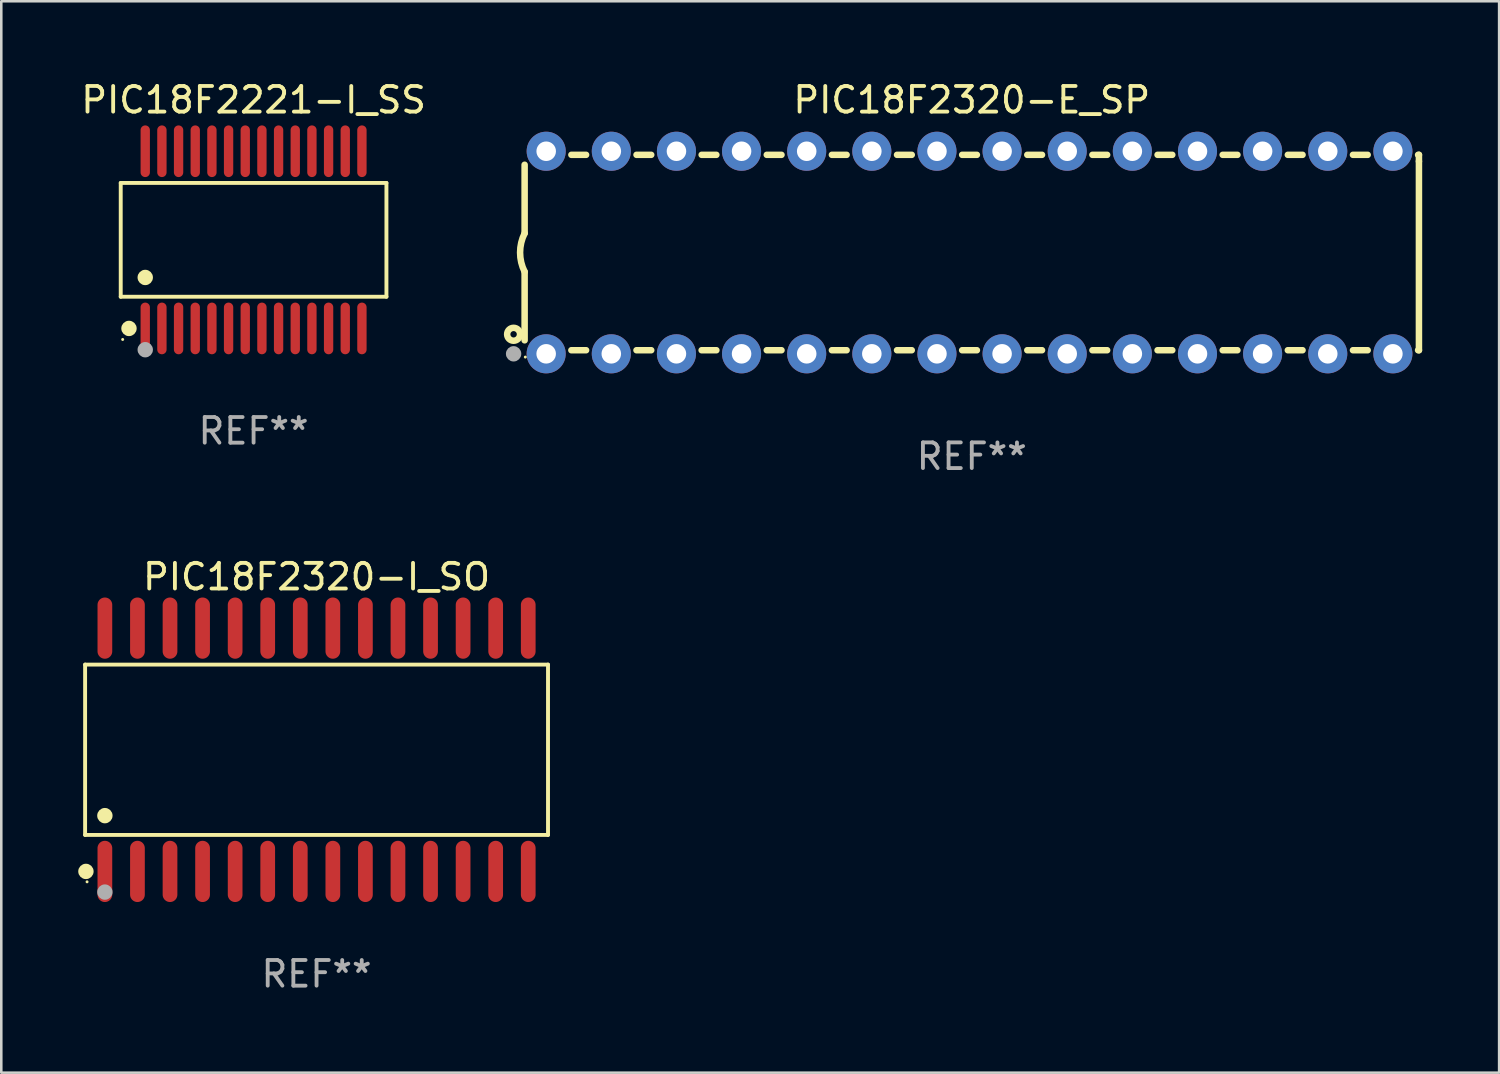
<source format=kicad_pcb>
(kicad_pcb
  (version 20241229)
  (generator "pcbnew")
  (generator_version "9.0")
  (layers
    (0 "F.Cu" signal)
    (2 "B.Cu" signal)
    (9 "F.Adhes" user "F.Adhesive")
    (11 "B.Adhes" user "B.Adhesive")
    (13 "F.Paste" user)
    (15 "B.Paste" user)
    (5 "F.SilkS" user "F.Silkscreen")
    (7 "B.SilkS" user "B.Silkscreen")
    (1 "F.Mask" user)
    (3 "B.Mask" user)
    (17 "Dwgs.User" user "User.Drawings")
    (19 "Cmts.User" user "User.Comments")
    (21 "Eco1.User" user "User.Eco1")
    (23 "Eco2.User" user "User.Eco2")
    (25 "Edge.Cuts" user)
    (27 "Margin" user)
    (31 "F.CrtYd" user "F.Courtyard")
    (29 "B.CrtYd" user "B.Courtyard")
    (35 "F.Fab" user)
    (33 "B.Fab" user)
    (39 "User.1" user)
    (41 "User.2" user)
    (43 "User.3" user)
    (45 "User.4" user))
  (footprint "PIC18F2221-I_SS"
    (layer "F.Cu")
    (at 6.839 6.303)
    (property "Reference" "PIC18F2221-I_SS" (at 0 -5.455 0) (layer "F.SilkS") (effects (font (size 1 1) (thickness 0.15))))
    (attr through_hole)
    (fp_line (start -5.181 -2.219) (end 5.181 -2.219) (stroke (width 0.152) (type solid)) (layer "F.SilkS"))
    (fp_line (start -5.181 2.219) (end -5.181 -2.219) (stroke (width 0.152) (type solid)) (layer "F.SilkS"))
    (fp_line (start 5.181 -2.219) (end 5.181 2.219) (stroke (width 0.152) (type solid)) (layer "F.SilkS"))
    (fp_line (start 5.181 2.219) (end -5.181 2.219) (stroke (width 0.152) (type solid)) (layer "F.SilkS"))
    (fp_circle (center -5.105 3.885) (end -5.075 3.885) (stroke (width 0.06) (type solid)) (fill no) (layer "F.SilkS"))
    (fp_circle (center -4.859 3.455) (end -4.709 3.455) (stroke (width 0.3) (type solid)) (fill no) (layer "F.SilkS"))
    (fp_circle (center -4.225 1.467) (end -4.075 1.467) (stroke (width 0.3) (type solid)) (fill no) (layer "F.SilkS"))
    (fp_circle (center -4.225 4.285) (end -4.075 4.285) (stroke (width 0.3) (type solid)) (fill no) (layer "F.Fab"))
    (fp_text user "REF**" (at 0 7.455 0) (layer "F.Fab") (effects (font (size 1 1) (thickness 0.15))))
    (pad "1" smd oval (at -4.225 3.455) (size 0.364 2.015) (layers "F.Cu" "F.Mask" "F.Paste"))
    (pad "2" smd oval (at -3.575 3.455) (size 0.364 2.015) (layers "F.Cu" "F.Mask" "F.Paste"))
    (pad "3" smd oval (at -2.925 3.455) (size 0.364 2.015) (layers "F.Cu" "F.Mask" "F.Paste"))
    (pad "4" smd oval (at -2.275 3.455) (size 0.364 2.015) (layers "F.Cu" "F.Mask" "F.Paste"))
    (pad "5" smd oval (at -1.625 3.455) (size 0.364 2.015) (layers "F.Cu" "F.Mask" "F.Paste"))
    (pad "6" smd oval (at -0.975 3.455) (size 0.364 2.015) (layers "F.Cu" "F.Mask" "F.Paste"))
    (pad "7" smd oval (at -0.325 3.455) (size 0.364 2.015) (layers "F.Cu" "F.Mask" "F.Paste"))
    (pad "8" smd oval (at 0.325 3.455) (size 0.364 2.015) (layers "F.Cu" "F.Mask" "F.Paste"))
    (pad "9" smd oval (at 0.975 3.455) (size 0.364 2.015) (layers "F.Cu" "F.Mask" "F.Paste"))
    (pad "10" smd oval (at 1.625 3.455) (size 0.364 2.015) (layers "F.Cu" "F.Mask" "F.Paste"))
    (pad "11" smd oval (at 2.275 3.455) (size 0.364 2.015) (layers "F.Cu" "F.Mask" "F.Paste"))
    (pad "12" smd oval (at 2.925 3.455) (size 0.364 2.015) (layers "F.Cu" "F.Mask" "F.Paste"))
    (pad "13" smd oval (at 3.575 3.455) (size 0.364 2.015) (layers "F.Cu" "F.Mask" "F.Paste"))
    (pad "14" smd oval (at 4.225 3.455) (size 0.364 2.015) (layers "F.Cu" "F.Mask" "F.Paste"))
    (pad "15" smd oval (at 4.225 -3.455) (size 0.364 2.015) (layers "F.Cu" "F.Mask" "F.Paste"))
    (pad "16" smd oval (at 3.575 -3.455) (size 0.364 2.015) (layers "F.Cu" "F.Mask" "F.Paste"))
    (pad "17" smd oval (at 2.925 -3.455) (size 0.364 2.015) (layers "F.Cu" "F.Mask" "F.Paste"))
    (pad "18" smd oval (at 2.275 -3.455) (size 0.364 2.015) (layers "F.Cu" "F.Mask" "F.Paste"))
    (pad "19" smd oval (at 1.625 -3.455) (size 0.364 2.015) (layers "F.Cu" "F.Mask" "F.Paste"))
    (pad "20" smd oval (at 0.975 -3.455) (size 0.364 2.015) (layers "F.Cu" "F.Mask" "F.Paste"))
    (pad "21" smd oval (at 0.325 -3.455) (size 0.364 2.015) (layers "F.Cu" "F.Mask" "F.Paste"))
    (pad "22" smd oval (at -0.325 -3.455) (size 0.364 2.015) (layers "F.Cu" "F.Mask" "F.Paste"))
    (pad "23" smd oval (at -0.975 -3.455) (size 0.364 2.015) (layers "F.Cu" "F.Mask" "F.Paste"))
    (pad "24" smd oval (at -1.625 -3.455) (size 0.364 2.015) (layers "F.Cu" "F.Mask" "F.Paste"))
    (pad "25" smd oval (at -2.275 -3.455) (size 0.364 2.015) (layers "F.Cu" "F.Mask" "F.Paste"))
    (pad "26" smd oval (at -2.925 -3.455) (size 0.364 2.015) (layers "F.Cu" "F.Mask" "F.Paste"))
    (pad "27" smd oval (at -3.575 -3.455) (size 0.364 2.015) (layers "F.Cu" "F.Mask" "F.Paste"))
    (pad "28" smd oval (at -4.225 -3.455) (size 0.364 2.015) (layers "F.Cu" "F.Mask" "F.Paste")))
  (footprint "PIC18F2320-E_SP"
    (layer "F.Cu")
    (at 34.847 6.798)
    (property "Reference" "PIC18F2320-E_SP" (at 0 -5.95 0) (layer "F.SilkS") (effects (font (size 1 1) (thickness 0.15))))
    (attr through_hole)
    (fp_line (start -17.438 0.75) (end -17.438 3.423) (stroke (width 0.254) (type solid)) (layer "F.SilkS"))
    (fp_line (start -17.438 -3.423) (end -17.438 -0.75) (stroke (width 0.254) (type solid)) (layer "F.SilkS"))
    (fp_line (start -15.615 3.81) (end -15.041 3.81) (stroke (width 0.254) (type solid)) (layer "F.SilkS"))
    (fp_line (start -15.041 -3.81) (end -15.614 -3.81) (stroke (width 0.254) (type solid)) (layer "F.SilkS"))
    (fp_line (start -13.075 3.81) (end -12.501 3.81) (stroke (width 0.254) (type solid)) (layer "F.SilkS"))
    (fp_line (start -12.501 -3.81) (end -13.074 -3.81) (stroke (width 0.254) (type solid)) (layer "F.SilkS"))
    (fp_line (start -10.535 3.81) (end -9.961 3.81) (stroke (width 0.254) (type solid)) (layer "F.SilkS"))
    (fp_line (start -9.961 -3.81) (end -10.534 -3.81) (stroke (width 0.254) (type solid)) (layer "F.SilkS"))
    (fp_line (start -7.995 3.81) (end -7.421 3.81) (stroke (width 0.254) (type solid)) (layer "F.SilkS"))
    (fp_line (start -7.421 -3.81) (end -7.995 -3.81) (stroke (width 0.254) (type solid)) (layer "F.SilkS"))
    (fp_line (start -5.455 3.81) (end -4.881 3.81) (stroke (width 0.254) (type solid)) (layer "F.SilkS"))
    (fp_line (start -4.881 -3.81) (end -5.455 -3.81) (stroke (width 0.254) (type solid)) (layer "F.SilkS"))
    (fp_line (start -2.915 3.81) (end -2.341 3.81) (stroke (width 0.254) (type solid)) (layer "F.SilkS"))
    (fp_line (start -2.341 -3.81) (end -2.915 -3.81) (stroke (width 0.254) (type solid)) (layer "F.SilkS"))
    (fp_line (start -0.375 3.81) (end 0.199 3.81) (stroke (width 0.254) (type solid)) (layer "F.SilkS"))
    (fp_line (start 0.199 -3.81) (end -0.375 -3.81) (stroke (width 0.254) (type solid)) (layer "F.SilkS"))
    (fp_line (start 2.165 3.81) (end 2.739 3.81) (stroke (width 0.254) (type solid)) (layer "F.SilkS"))
    (fp_line (start 2.739 -3.81) (end 2.165 -3.81) (stroke (width 0.254) (type solid)) (layer "F.SilkS"))
    (fp_line (start 4.705 3.81) (end 5.279 3.81) (stroke (width 0.254) (type solid)) (layer "F.SilkS"))
    (fp_line (start 5.279 -3.81) (end 4.705 -3.81) (stroke (width 0.254) (type solid)) (layer "F.SilkS"))
    (fp_line (start 7.245 3.81) (end 7.819 3.81) (stroke (width 0.254) (type solid)) (layer "F.SilkS"))
    (fp_line (start 7.819 -3.81) (end 7.245 -3.81) (stroke (width 0.254) (type solid)) (layer "F.SilkS"))
    (fp_line (start 9.785 3.81) (end 10.359 3.81) (stroke (width 0.254) (type solid)) (layer "F.SilkS"))
    (fp_line (start 10.359 -3.81) (end 9.785 -3.81) (stroke (width 0.254) (type solid)) (layer "F.SilkS"))
    (fp_line (start 12.325 3.81) (end 12.899 3.81) (stroke (width 0.254) (type solid)) (layer "F.SilkS"))
    (fp_line (start 12.899 -3.81) (end 12.325 -3.81) (stroke (width 0.254) (type solid)) (layer "F.SilkS"))
    (fp_line (start 14.865 3.81) (end 15.439 3.81) (stroke (width 0.254) (type solid)) (layer "F.SilkS"))
    (fp_line (start 15.439 -3.81) (end 14.865 -3.81) (stroke (width 0.254) (type solid)) (layer "F.SilkS"))
    (fp_line (start 17.405 3.81) (end 17.438 3.81) (stroke (width 0.254) (type solid)) (layer "F.SilkS"))
    (fp_line (start 17.438 -3.81) (end 17.405 -3.81) (stroke (width 0.254) (type solid)) (layer "F.SilkS"))
    (fp_line (start 17.438 -3.556) (end 17.438 -3.81) (stroke (width 0.254) (type solid)) (layer "F.SilkS"))
    (fp_line (start 17.438 3.81) (end 17.438 -3.556) (stroke (width 0.254) (type solid)) (layer "F.SilkS"))
    (fp_arc (start -17.437986 0.749657) (mid -17.614887 -0.000024) (end -17.437783 -0.749657) (stroke (width 0.254001) (type solid)) (layer "F.SilkS"))
    (fp_circle (center -17.868 3.188) (end -17.743 3.188) (stroke (width 0.254) (type solid)) (fill no) (layer "F.SilkS"))
    (fp_circle (center -17.411 4.077) (end -17.381 4.077) (stroke (width 0.06) (type solid)) (fill no) (layer "F.SilkS"))
    (fp_circle (center -17.868 3.95) (end -17.718 3.95) (stroke (width 0.3) (type solid)) (fill no) (layer "F.Fab"))
    (fp_text user "REF**" (at 0 7.95 0) (layer "F.Fab") (effects (font (size 1 1) (thickness 0.15))))
    (pad "1" thru_hole circle (at -16.598 3.95) (size 1.524 1.524) (drill 0.762) (layers "*.Cu" "*.Mask"))
    (pad "2" thru_hole circle (at -14.058 3.95) (size 1.524 1.524) (drill 0.762) (layers "*.Cu" "*.Mask"))
    (pad "3" thru_hole circle (at -11.518 3.95) (size 1.524 1.524) (drill 0.762) (layers "*.Cu" "*.Mask"))
    (pad "4" thru_hole circle (at -8.978 3.95) (size 1.524 1.524) (drill 0.762) (layers "*.Cu" "*.Mask"))
    (pad "5" thru_hole circle (at -6.438 3.95) (size 1.524 1.524) (drill 0.762) (layers "*.Cu" "*.Mask"))
    (pad "6" thru_hole circle (at -3.898 3.95) (size 1.524 1.524) (drill 0.762) (layers "*.Cu" "*.Mask"))
    (pad "7" thru_hole circle (at -1.358 3.95) (size 1.524 1.524) (drill 0.762) (layers "*.Cu" "*.Mask"))
    (pad "8" thru_hole circle (at 1.182 3.95) (size 1.524 1.524) (drill 0.762) (layers "*.Cu" "*.Mask"))
    (pad "9" thru_hole circle (at 3.722 3.95) (size 1.524 1.524) (drill 0.762) (layers "*.Cu" "*.Mask"))
    (pad "10" thru_hole circle (at 6.262 3.95) (size 1.524 1.524) (drill 0.762) (layers "*.Cu" "*.Mask"))
    (pad "11" thru_hole circle (at 8.802 3.95) (size 1.524 1.524) (drill 0.762) (layers "*.Cu" "*.Mask"))
    (pad "12" thru_hole circle (at 11.342 3.95) (size 1.524 1.524) (drill 0.762) (layers "*.Cu" "*.Mask"))
    (pad "13" thru_hole circle (at 13.882 3.95) (size 1.524 1.524) (drill 0.762) (layers "*.Cu" "*.Mask"))
    (pad "14" thru_hole circle (at 16.422 3.95) (size 1.524 1.524) (drill 0.762) (layers "*.Cu" "*.Mask"))
    (pad "15" thru_hole circle (at 16.422 -3.95) (size 1.524 1.524) (drill 0.762) (layers "*.Cu" "*.Mask"))
    (pad "16" thru_hole circle (at 13.882 -3.95) (size 1.524 1.524) (drill 0.762) (layers "*.Cu" "*.Mask"))
    (pad "17" thru_hole circle (at 11.342 -3.95) (size 1.524 1.524) (drill 0.762) (layers "*.Cu" "*.Mask"))
    (pad "18" thru_hole circle (at 8.802 -3.95) (size 1.524 1.524) (drill 0.762) (layers "*.Cu" "*.Mask"))
    (pad "19" thru_hole circle (at 6.262 -3.95) (size 1.524 1.524) (drill 0.762) (layers "*.Cu" "*.Mask"))
    (pad "20" thru_hole circle (at 3.722 -3.95) (size 1.524 1.524) (drill 0.762) (layers "*.Cu" "*.Mask"))
    (pad "21" thru_hole circle (at 1.182 -3.95) (size 1.524 1.524) (drill 0.762) (layers "*.Cu" "*.Mask"))
    (pad "22" thru_hole circle (at -1.358 -3.95) (size 1.524 1.524) (drill 0.762) (layers "*.Cu" "*.Mask"))
    (pad "23" thru_hole circle (at -3.898 -3.95) (size 1.524 1.524) (drill 0.762) (layers "*.Cu" "*.Mask"))
    (pad "24" thru_hole circle (at -6.438 -3.95) (size 1.524 1.524) (drill 0.762) (layers "*.Cu" "*.Mask"))
    (pad "25" thru_hole circle (at -8.978 -3.95) (size 1.524 1.524) (drill 0.762) (layers "*.Cu" "*.Mask"))
    (pad "26" thru_hole circle (at -11.517 -3.95) (size 1.524 1.524) (drill 0.762) (layers "*.Cu" "*.Mask"))
    (pad "27" thru_hole circle (at -14.057 -3.95) (size 1.524 1.524) (drill 0.762) (layers "*.Cu" "*.Mask"))
    (pad "28" thru_hole circle (at -16.597 -3.95) (size 1.524 1.524) (drill 0.762) (layers "*.Cu" "*.Mask")))
  (footprint "PIC18F2320-I_SO"
    (layer "F.Cu")
    (at 9.295 26.189)
    (property "Reference" "PIC18F2320-I_SO" (at 0 -6.744 0) (layer "F.SilkS") (effects (font (size 1 1) (thickness 0.15))))
    (attr through_hole)
    (fp_line (start -9.026 -3.321) (end 9.026 -3.321) (stroke (width 0.152) (type solid)) (layer "F.SilkS"))
    (fp_line (start -9.026 3.321) (end -9.026 -3.321) (stroke (width 0.152) (type solid)) (layer "F.SilkS"))
    (fp_line (start 9.026 -3.321) (end 9.026 3.321) (stroke (width 0.152) (type solid)) (layer "F.SilkS"))
    (fp_line (start 9.026 3.321) (end -9.026 3.321) (stroke (width 0.152) (type solid)) (layer "F.SilkS"))
    (fp_circle (center -8.994 4.744) (end -8.844 4.744) (stroke (width 0.3) (type solid)) (fill no) (layer "F.SilkS"))
    (fp_circle (center -8.95 5.15) (end -8.92 5.15) (stroke (width 0.06) (type solid)) (fill no) (layer "F.SilkS"))
    (fp_circle (center -8.255 2.569) (end -8.105 2.569) (stroke (width 0.3) (type solid)) (fill no) (layer "F.SilkS"))
    (fp_circle (center -8.255 5.55) (end -8.105 5.55) (stroke (width 0.3) (type solid)) (fill no) (layer "F.Fab"))
    (fp_text user "REF**" (at 0 8.744 0) (layer "F.Fab") (effects (font (size 1 1) (thickness 0.15))))
    (pad "1" smd oval (at -8.255 4.744) (size 0.574 2.388) (layers "F.Cu" "F.Mask" "F.Paste"))
    (pad "2" smd oval (at -6.985 4.744) (size 0.574 2.388) (layers "F.Cu" "F.Mask" "F.Paste"))
    (pad "3" smd oval (at -5.715 4.744) (size 0.574 2.388) (layers "F.Cu" "F.Mask" "F.Paste"))
    (pad "4" smd oval (at -4.445 4.744) (size 0.574 2.388) (layers "F.Cu" "F.Mask" "F.Paste"))
    (pad "5" smd oval (at -3.175 4.744) (size 0.574 2.388) (layers "F.Cu" "F.Mask" "F.Paste"))
    (pad "6" smd oval (at -1.905 4.744) (size 0.574 2.388) (layers "F.Cu" "F.Mask" "F.Paste"))
    (pad "7" smd oval (at -0.635 4.744) (size 0.574 2.388) (layers "F.Cu" "F.Mask" "F.Paste"))
    (pad "8" smd oval (at 0.635 4.744) (size 0.574 2.388) (layers "F.Cu" "F.Mask" "F.Paste"))
    (pad "9" smd oval (at 1.905 4.744) (size 0.574 2.388) (layers "F.Cu" "F.Mask" "F.Paste"))
    (pad "10" smd oval (at 3.175 4.744) (size 0.574 2.388) (layers "F.Cu" "F.Mask" "F.Paste"))
    (pad "11" smd oval (at 4.445 4.744) (size 0.574 2.388) (layers "F.Cu" "F.Mask" "F.Paste"))
    (pad "12" smd oval (at 5.715 4.744) (size 0.574 2.388) (layers "F.Cu" "F.Mask" "F.Paste"))
    (pad "13" smd oval (at 6.985 4.744) (size 0.574 2.388) (layers "F.Cu" "F.Mask" "F.Paste"))
    (pad "14" smd oval (at 8.255 4.744) (size 0.574 2.388) (layers "F.Cu" "F.Mask" "F.Paste"))
    (pad "15" smd oval (at 8.255 -4.744) (size 0.574 2.388) (layers "F.Cu" "F.Mask" "F.Paste"))
    (pad "16" smd oval (at 6.985 -4.744) (size 0.574 2.388) (layers "F.Cu" "F.Mask" "F.Paste"))
    (pad "17" smd oval (at 5.715 -4.744) (size 0.574 2.388) (layers "F.Cu" "F.Mask" "F.Paste"))
    (pad "18" smd oval (at 4.445 -4.744) (size 0.574 2.388) (layers "F.Cu" "F.Mask" "F.Paste"))
    (pad "19" smd oval (at 3.175 -4.744) (size 0.574 2.388) (layers "F.Cu" "F.Mask" "F.Paste"))
    (pad "20" smd oval (at 1.905 -4.744) (size 0.574 2.388) (layers "F.Cu" "F.Mask" "F.Paste"))
    (pad "21" smd oval (at 0.635 -4.744) (size 0.574 2.388) (layers "F.Cu" "F.Mask" "F.Paste"))
    (pad "22" smd oval (at -0.635 -4.744) (size 0.574 2.388) (layers "F.Cu" "F.Mask" "F.Paste"))
    (pad "23" smd oval (at -1.905 -4.744) (size 0.574 2.388) (layers "F.Cu" "F.Mask" "F.Paste"))
    (pad "24" smd oval (at -3.175 -4.744) (size 0.574 2.388) (layers "F.Cu" "F.Mask" "F.Paste"))
    (pad "25" smd oval (at -4.445 -4.744) (size 0.574 2.388) (layers "F.Cu" "F.Mask" "F.Paste"))
    (pad "26" smd oval (at -5.715 -4.744) (size 0.574 2.388) (layers "F.Cu" "F.Mask" "F.Paste"))
    (pad "27" smd oval (at -6.985 -4.744) (size 0.574 2.388) (layers "F.Cu" "F.Mask" "F.Paste"))
    (pad "28" smd oval (at -8.255 -4.744) (size 0.574 2.388) (layers "F.Cu" "F.Mask" "F.Paste")))
  (gr_rect
    (start -3 -3)
    (end 55.412 38.781)
    (stroke (width 0.1) (type default))
    (fill no)
    (layer "Edge.Cuts")))
</source>
